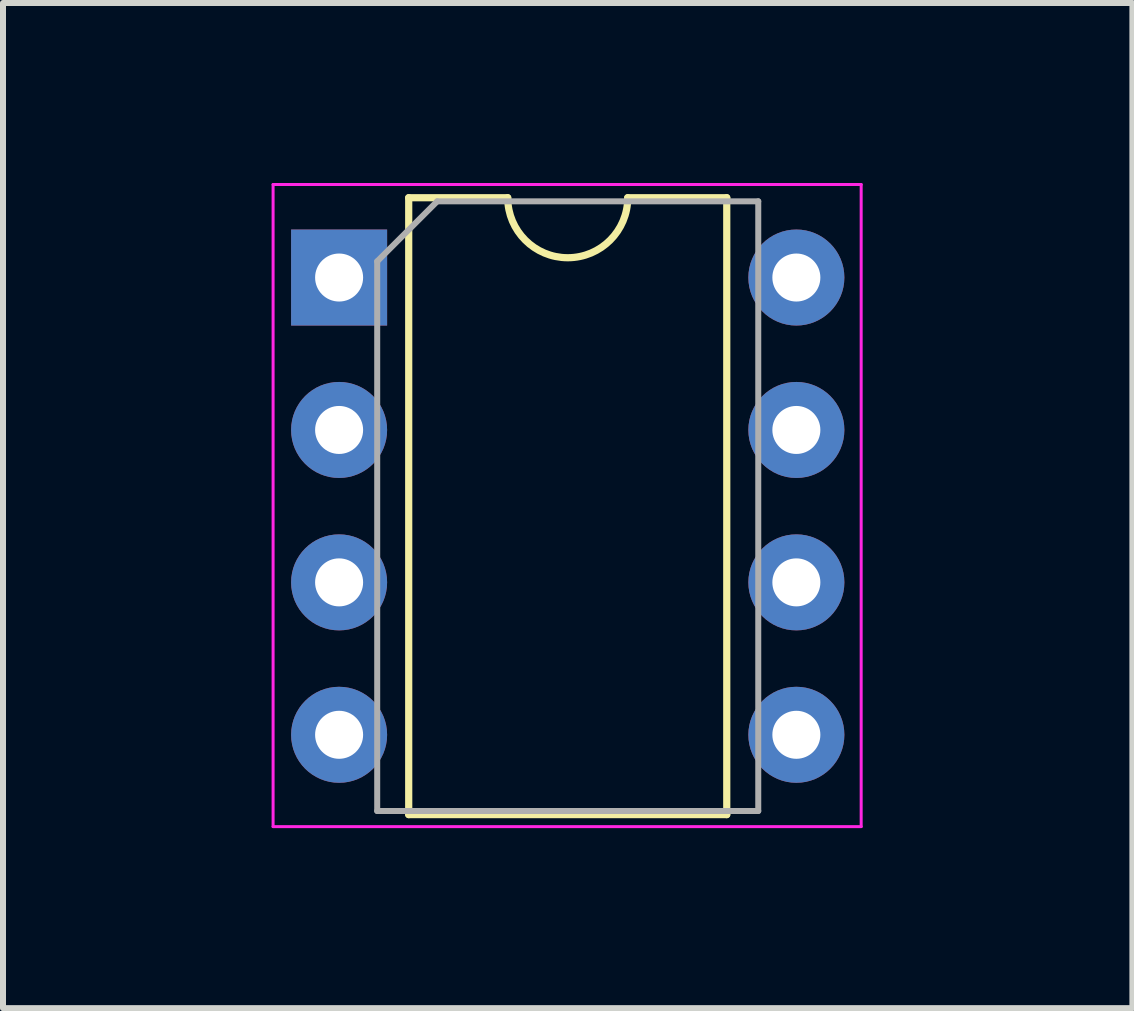
<source format=kicad_pcb>
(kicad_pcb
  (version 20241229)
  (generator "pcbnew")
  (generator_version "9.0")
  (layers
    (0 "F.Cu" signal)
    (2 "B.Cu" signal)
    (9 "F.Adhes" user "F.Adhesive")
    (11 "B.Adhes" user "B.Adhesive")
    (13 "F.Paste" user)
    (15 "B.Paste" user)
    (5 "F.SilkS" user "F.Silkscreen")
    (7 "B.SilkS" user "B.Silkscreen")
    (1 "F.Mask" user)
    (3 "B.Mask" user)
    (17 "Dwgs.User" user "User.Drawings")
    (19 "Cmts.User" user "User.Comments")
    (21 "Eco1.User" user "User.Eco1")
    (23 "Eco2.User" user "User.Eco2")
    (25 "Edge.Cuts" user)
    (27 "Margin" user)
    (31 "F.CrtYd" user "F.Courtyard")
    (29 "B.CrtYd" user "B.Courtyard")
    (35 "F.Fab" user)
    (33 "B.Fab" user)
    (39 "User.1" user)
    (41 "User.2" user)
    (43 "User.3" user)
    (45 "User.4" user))
  (footprint "DIP-8_W7.62mm"
    (layer "F.Cu")
    (at 2.601 1.575)
    (property "Reference" "DIP-8_W7.62mm" (at 3.81 -2.33 0) (layer "User.7") (effects (font (size 1 1) (thickness 0.15))))
    (attr through_hole)
    (fp_line (start 1.16 -1.33) (end 1.16 8.95) (stroke (width 0.12) (type solid)) (layer "F.SilkS"))
    (fp_line (start 1.16 8.95) (end 6.46 8.95) (stroke (width 0.12) (type solid)) (layer "F.SilkS"))
    (fp_line (start 2.81 -1.33) (end 1.16 -1.33) (stroke (width 0.12) (type solid)) (layer "F.SilkS"))
    (fp_line (start 6.46 -1.33) (end 4.81 -1.33) (stroke (width 0.12) (type solid)) (layer "F.SilkS"))
    (fp_line (start 6.46 8.95) (end 6.46 -1.33) (stroke (width 0.12) (type solid)) (layer "F.SilkS"))
    (fp_arc (start 4.81 -1.33) (mid 3.81 -0.33) (end 2.81 -1.33) (stroke (width 0.12) (type solid)) (layer "F.SilkS"))
    (fp_line (start -1.1 -1.55) (end -1.1 9.15) (stroke (width 0.05) (type solid)) (layer "F.CrtYd"))
    (fp_line (start -1.1 9.15) (end 8.7 9.15) (stroke (width 0.05) (type solid)) (layer "F.CrtYd"))
    (fp_line (start 8.7 -1.55) (end -1.1 -1.55) (stroke (width 0.05) (type solid)) (layer "F.CrtYd"))
    (fp_line (start 8.7 9.15) (end 8.7 -1.55) (stroke (width 0.05) (type solid)) (layer "F.CrtYd"))
    (fp_line (start 0.635 -0.27) (end 1.635 -1.27) (stroke (width 0.1) (type solid)) (layer "F.Fab"))
    (fp_line (start 0.635 8.89) (end 0.635 -0.27) (stroke (width 0.1) (type solid)) (layer "F.Fab"))
    (fp_line (start 1.635 -1.27) (end 6.985 -1.27) (stroke (width 0.1) (type solid)) (layer "F.Fab"))
    (fp_line (start 6.985 -1.27) (end 6.985 8.89) (stroke (width 0.1) (type solid)) (layer "F.Fab"))
    (fp_line (start 6.985 8.89) (end 0.635 8.89) (stroke (width 0.1) (type solid)) (layer "F.Fab"))
    (fp_text user "${REFERENCE}" (at 3.81 3.81 0) (layer "User.3") (effects (font (size 1 1) (thickness 0.15))))
    (pad "1" thru_hole rect (at 0 0) (size 1.6 1.6) (drill 0.8) (layers "*.Cu" "*.Mask"))
    (pad "2" thru_hole oval (at 0 2.54) (size 1.6 1.6) (drill 0.8) (layers "*.Cu" "*.Mask"))
    (pad "3" thru_hole oval (at 0 5.08) (size 1.6 1.6) (drill 0.8) (layers "*.Cu" "*.Mask"))
    (pad "4" thru_hole oval (at 0 7.62) (size 1.6 1.6) (drill 0.8) (layers "*.Cu" "*.Mask"))
    (pad "5" thru_hole oval (at 7.62 7.62) (size 1.6 1.6) (drill 0.8) (layers "*.Cu" "*.Mask"))
    (pad "6" thru_hole oval (at 7.62 5.08) (size 1.6 1.6) (drill 0.8) (layers "*.Cu" "*.Mask"))
    (pad "7" thru_hole oval (at 7.62 2.54) (size 1.6 1.6) (drill 0.8) (layers "*.Cu" "*.Mask"))
    (pad "8" thru_hole oval (at 7.62 0) (size 1.6 1.6) (drill 0.8) (layers "*.Cu" "*.Mask")))
  (gr_rect
    (start -3 -3)
    (end 15.821 13.75)
    (stroke (width 0.1) (type default))
    (fill no)
    (layer "Edge.Cuts")))
</source>
